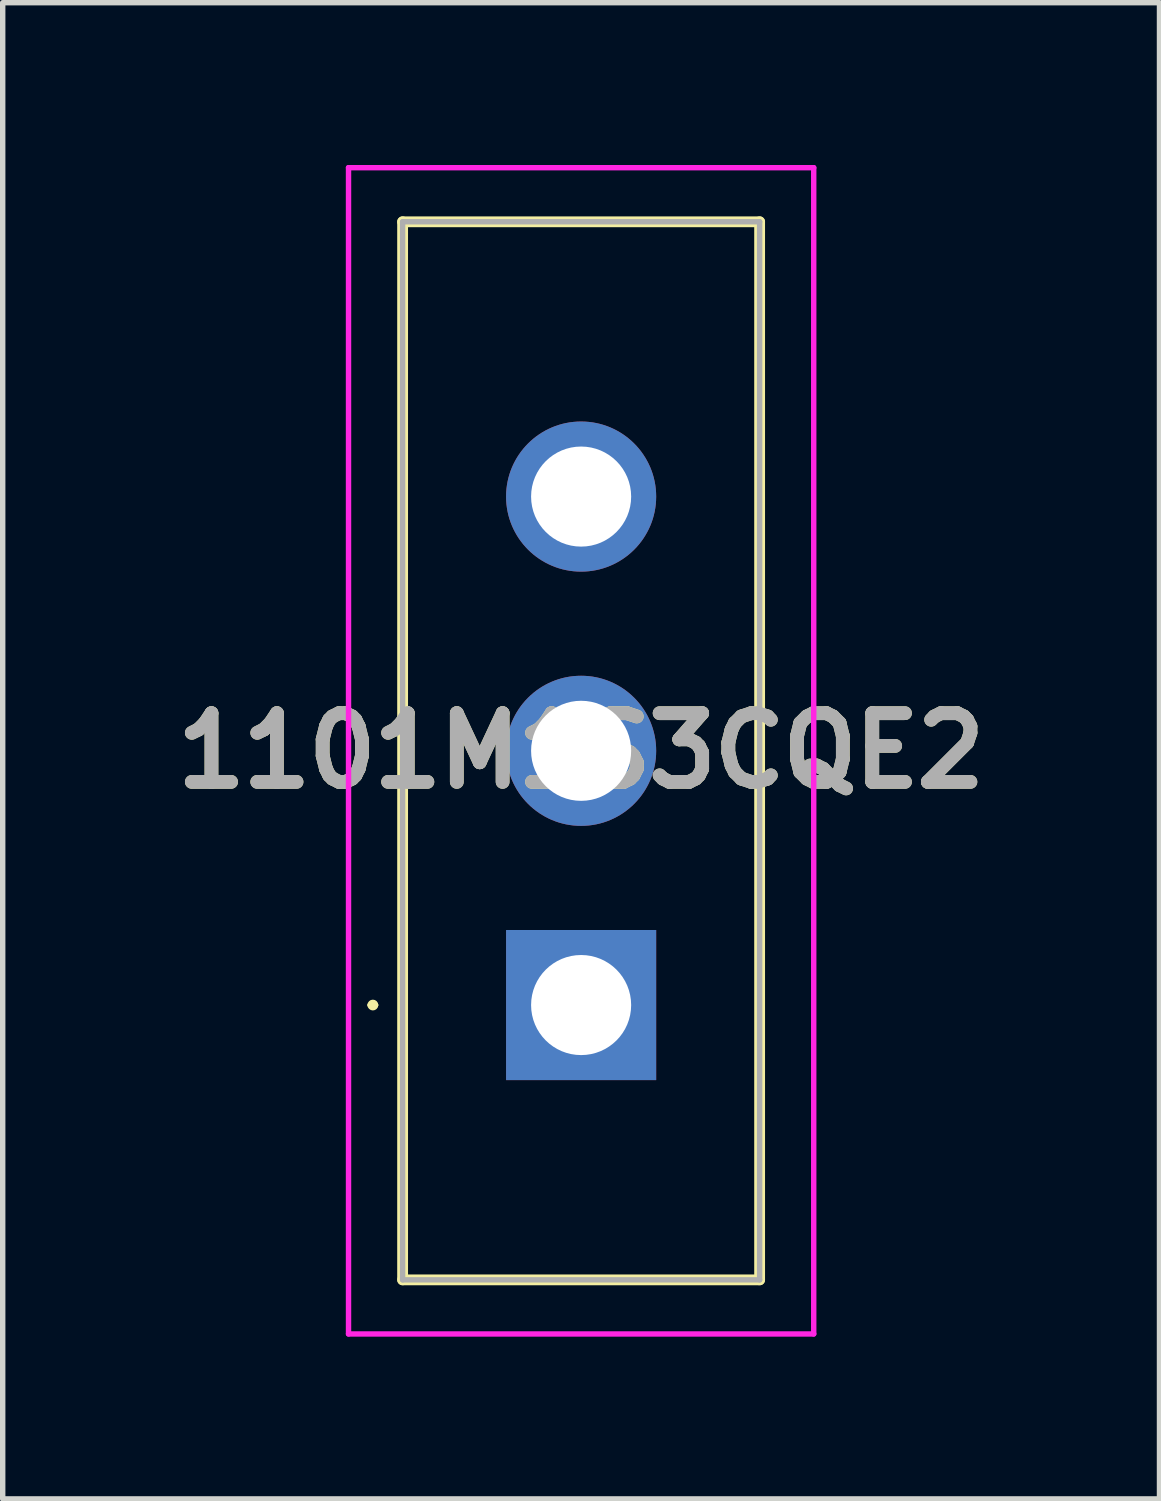
<source format=kicad_pcb>
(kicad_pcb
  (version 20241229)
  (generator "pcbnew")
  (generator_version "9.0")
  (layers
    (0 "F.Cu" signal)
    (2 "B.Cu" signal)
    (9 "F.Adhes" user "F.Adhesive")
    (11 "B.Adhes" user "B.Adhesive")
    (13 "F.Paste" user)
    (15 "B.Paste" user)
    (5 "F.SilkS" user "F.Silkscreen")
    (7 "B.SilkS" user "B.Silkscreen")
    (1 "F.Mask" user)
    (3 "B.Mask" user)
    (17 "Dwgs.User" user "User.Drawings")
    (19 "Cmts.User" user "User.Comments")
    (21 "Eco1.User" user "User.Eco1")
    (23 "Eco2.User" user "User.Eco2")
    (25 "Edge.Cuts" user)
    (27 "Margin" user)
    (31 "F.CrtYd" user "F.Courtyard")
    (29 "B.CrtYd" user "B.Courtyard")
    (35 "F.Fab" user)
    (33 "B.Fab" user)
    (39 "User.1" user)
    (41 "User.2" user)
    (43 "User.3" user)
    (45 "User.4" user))
  (footprint "1101M1S3CQE2"
    (layer "F.Cu")
    (at 7.693 15.53)
    (property "Reference" "1101M1S3CQE2" (at 0 -4.7 0) (layer "F.SilkS") (effects (font (size 1.27 1.27) (thickness 0.254))))
    (attr through_hole)
    (fp_line (start -3.9 0) (end -3.9 0) (stroke (width 0.1) (type solid)) (layer "F.SilkS"))
    (fp_line (start -3.8 0) (end -3.8 0) (stroke (width 0.1) (type solid)) (layer "F.SilkS"))
    (fp_line (start -3.3 -14.48) (end 3.3 -14.48) (stroke (width 0.2) (type solid)) (layer "F.SilkS"))
    (fp_line (start -3.3 5.08) (end -3.3 -14.48) (stroke (width 0.2) (type solid)) (layer "F.SilkS"))
    (fp_line (start 3.3 -14.48) (end 3.3 5.08) (stroke (width 0.2) (type solid)) (layer "F.SilkS"))
    (fp_line (start 3.3 5.08) (end -3.3 5.08) (stroke (width 0.2) (type solid)) (layer "F.SilkS"))
    (fp_arc (start -3.9 0) (mid -3.85 -0.05) (end -3.8 0) (stroke (width 0.1) (type solid)) (layer "F.SilkS"))
    (fp_arc (start -3.8 0) (mid -3.85 0.05) (end -3.9 0) (stroke (width 0.1) (type solid)) (layer "F.SilkS"))
    (fp_line (start -4.3 -15.48) (end 4.3 -15.48) (stroke (width 0.1) (type solid)) (layer "F.CrtYd"))
    (fp_line (start -4.3 6.08) (end -4.3 -15.48) (stroke (width 0.1) (type solid)) (layer "F.CrtYd"))
    (fp_line (start 4.3 -15.48) (end 4.3 6.08) (stroke (width 0.1) (type solid)) (layer "F.CrtYd"))
    (fp_line (start 4.3 6.08) (end -4.3 6.08) (stroke (width 0.1) (type solid)) (layer "F.CrtYd"))
    (fp_line (start -3.3 -14.48) (end 3.3 -14.48) (stroke (width 0.1) (type solid)) (layer "F.Fab"))
    (fp_line (start -3.3 5.08) (end -3.3 -14.48) (stroke (width 0.1) (type solid)) (layer "F.Fab"))
    (fp_line (start 3.3 -14.48) (end 3.3 5.08) (stroke (width 0.1) (type solid)) (layer "F.Fab"))
    (fp_line (start 3.3 5.08) (end -3.3 5.08) (stroke (width 0.1) (type solid)) (layer "F.Fab"))
    (fp_text user "${REFERENCE}" (at 0 -4.7 0) (layer "F.Fab") (effects (font (size 1.27 1.27) (thickness 0.254))))
    (pad "1" thru_hole rect (at 0 0) (size 2.775 2.775) (drill 1.85) (layers "*.Cu" "*.Mask"))
    (pad "2" thru_hole circle (at 0 -4.7) (size 2.775 2.775) (drill 1.85) (layers "*.Cu" "*.Mask"))
    (pad "3" thru_hole circle (at 0 -9.4) (size 2.775 2.775) (drill 1.85) (layers "*.Cu" "*.Mask")))
  (gr_rect
    (start -3 -3)
    (end 18.385 24.66)
    (stroke (width 0.1) (type default))
    (fill no)
    (layer "Edge.Cuts")))
</source>
